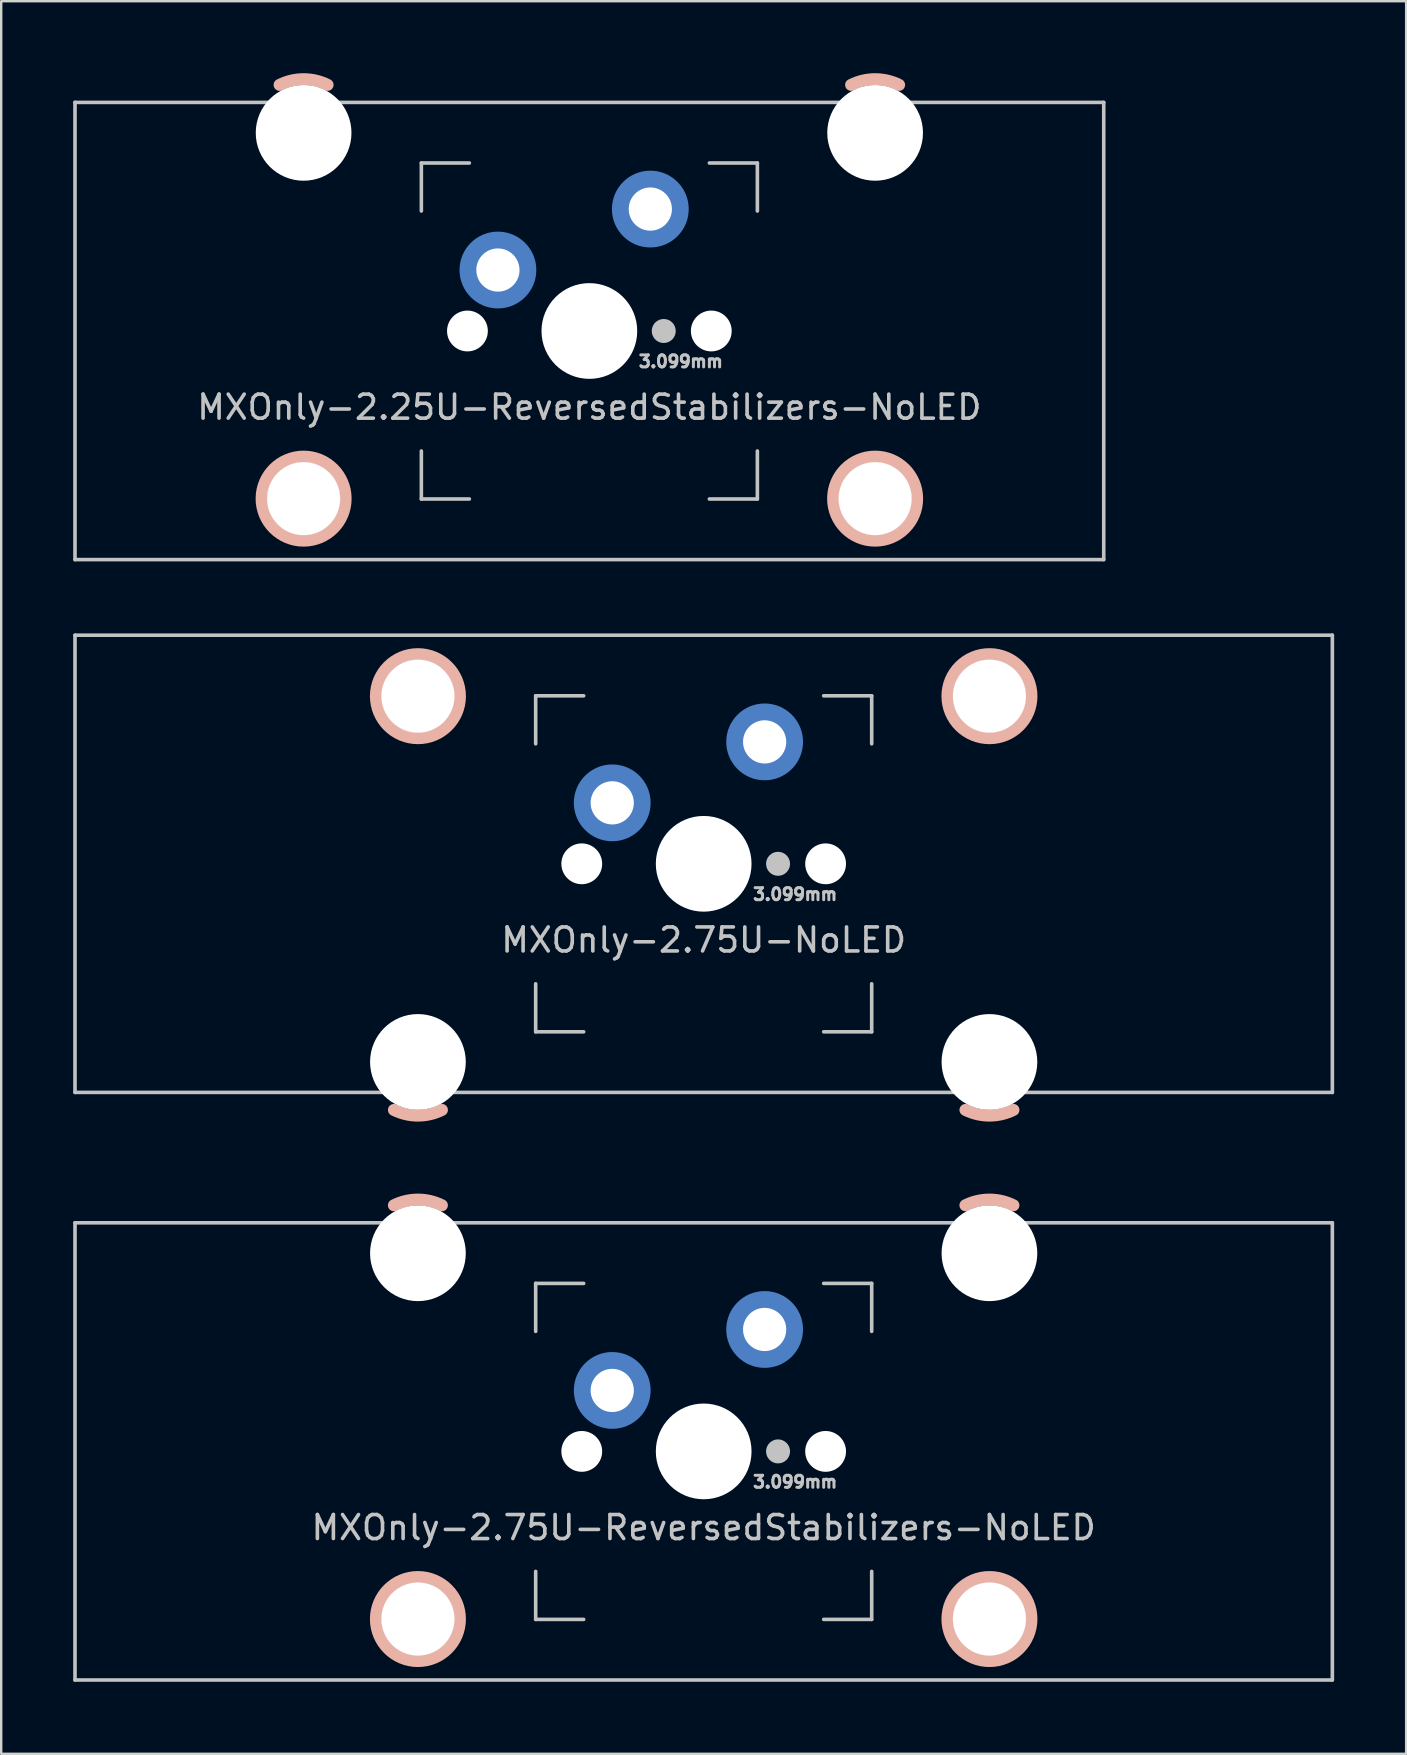
<source format=kicad_pcb>
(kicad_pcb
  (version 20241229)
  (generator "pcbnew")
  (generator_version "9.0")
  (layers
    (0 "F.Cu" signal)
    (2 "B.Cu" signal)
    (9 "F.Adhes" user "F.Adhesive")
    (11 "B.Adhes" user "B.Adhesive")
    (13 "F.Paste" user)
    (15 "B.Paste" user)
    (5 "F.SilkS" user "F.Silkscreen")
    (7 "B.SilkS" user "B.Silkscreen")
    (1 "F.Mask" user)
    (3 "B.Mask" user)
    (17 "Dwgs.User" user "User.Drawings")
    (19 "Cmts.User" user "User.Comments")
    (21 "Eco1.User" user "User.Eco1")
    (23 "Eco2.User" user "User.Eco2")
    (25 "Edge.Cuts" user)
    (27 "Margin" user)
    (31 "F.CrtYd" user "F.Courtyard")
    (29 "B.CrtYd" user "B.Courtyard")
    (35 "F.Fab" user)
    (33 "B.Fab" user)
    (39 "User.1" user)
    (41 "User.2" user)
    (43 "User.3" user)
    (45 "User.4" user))
  (footprint "MXOnly-2.25U-ReversedStabilizers-NoLED"
    (layer "F.Cu")
    (at 21.506 10.741)
    (property "Reference" "MXOnly-2.25U-ReversedStabilizers-NoLED" (at 0 3.175 0) (layer "Dwgs.User") (effects (font (size 1 1) (thickness 0.15))))
    (attr through_hole)
    (fp_arc (start -12.90625 -10.255) (mid -11.906837 -10.491068) (end -10.907301 -10.255525) (stroke (width 0.5) (type solid)) (layer "B.SilkS"))
    (fp_arc (start 10.90625 -10.255) (mid 11.905663 -10.491068) (end 12.905199 -10.255525) (stroke (width 0.5) (type solid)) (layer "B.SilkS"))
    (fp_circle (center -11.906 6.985) (end -13.656 6.985) (stroke (width 0.5) (type solid)) (fill no) (layer "B.SilkS"))
    (fp_circle (center 11.906 6.985) (end 10.156 6.985) (stroke (width 0.5) (type solid)) (fill no) (layer "B.SilkS"))
    (fp_line (start -21.431 -9.525) (end 21.431 -9.525) (stroke (width 0.15) (type solid)) (layer "Dwgs.User"))
    (fp_line (start -21.431 9.525) (end -21.431 -9.525) (stroke (width 0.15) (type solid)) (layer "Dwgs.User"))
    (fp_line (start -21.431 9.525) (end 21.431 9.525) (stroke (width 0.15) (type solid)) (layer "Dwgs.User"))
    (fp_line (start -7 -7) (end -7 -5) (stroke (width 0.15) (type solid)) (layer "Dwgs.User"))
    (fp_line (start -7 5) (end -7 7) (stroke (width 0.15) (type solid)) (layer "Dwgs.User"))
    (fp_line (start -7 7) (end -5 7) (stroke (width 0.15) (type solid)) (layer "Dwgs.User"))
    (fp_line (start -5 -7) (end -7 -7) (stroke (width 0.15) (type solid)) (layer "Dwgs.User"))
    (fp_line (start 5 -7) (end 7 -7) (stroke (width 0.15) (type solid)) (layer "Dwgs.User"))
    (fp_line (start 5 7) (end 7 7) (stroke (width 0.15) (type solid)) (layer "Dwgs.User"))
    (fp_line (start 7 -7) (end 7 -5) (stroke (width 0.15) (type solid)) (layer "Dwgs.User"))
    (fp_line (start 7 7) (end 7 5) (stroke (width 0.15) (type solid)) (layer "Dwgs.User"))
    (fp_line (start 21.431 -9.525) (end 21.431 9.525) (stroke (width 0.15) (type solid)) (layer "Dwgs.User"))
    (fp_text user "3.099mm" (at 3.81 1.27 0) (layer "Dwgs.User") (effects (font (size 0.5 0.5) (thickness 0.125))))
    (pad "" np_thru_hole circle (at -11.906 -8.255) (size 3.988 3.988) (drill 3.988) (layers "*.Cu" "*.Mask"))
    (pad "" np_thru_hole circle (at -11.906 6.985) (size 3.048 3.048) (drill 3.048) (layers "*.Cu" "*.Mask"))
    (pad "" np_thru_hole circle (at -5.08 0 48.099) (size 1.7 1.7) (drill 1.7) (layers "*.Cu" "*.Mask"))
    (pad "" smd circle (at -3.81 -2.54) (size 2.8 2.8) (layers "B.Mask"))
    (pad "" np_thru_hole circle (at 0 0) (size 3.988 3.988) (drill 3.988) (layers "*.Cu" "*.Mask"))
    (pad "" smd circle (at 2.54 -5.08) (size 2.8 2.8) (layers "B.Mask"))
    (pad "" smd circle (at 3.099 0) (size 1 1) (layers "Dwgs.User"))
    (pad "" np_thru_hole circle (at 5.08 0 48.099) (size 1.7 1.7) (drill 1.7) (layers "*.Cu" "*.Mask"))
    (pad "" np_thru_hole circle (at 11.906 -8.255) (size 3.988 3.988) (drill 3.988) (layers "*.Cu" "*.Mask"))
    (pad "" np_thru_hole circle (at 11.906 6.985) (size 3.048 3.048) (drill 3.048) (layers "*.Cu" "*.Mask"))
    (pad "1" thru_hole circle (at -3.81 -2.54) (size 2.4 2.4) (drill 1.8) (layers "*.Cu"))
    (pad "1" connect circle (at -3.81 -2.54) (size 3.2 3.2) (layers "B.Cu"))
    (pad "2" thru_hole circle (at 2.54 -5.08) (size 2.4 2.4) (drill 1.8) (layers "*.Cu"))
    (pad "2" connect circle (at 2.54 -5.08) (size 3.2 3.2) (layers "B.Cu")))
  (footprint "MXOnly-2.75U-ReversedStabilizers-NoLED"
    (layer "F.Cu")
    (at 26.269 57.423)
    (property "Reference" "MXOnly-2.75U-ReversedStabilizers-NoLED" (at 0 3.175 0) (layer "Dwgs.User") (effects (font (size 1 1) (thickness 0.15))))
    (attr through_hole)
    (fp_arc (start -12.90625 -10.255) (mid -11.906837 -10.491068) (end -10.907301 -10.255525) (stroke (width 0.5) (type solid)) (layer "B.SilkS"))
    (fp_arc (start 10.90625 -10.255) (mid 11.905663 -10.491068) (end 12.905199 -10.255525) (stroke (width 0.5) (type solid)) (layer "B.SilkS"))
    (fp_circle (center -11.906 6.985) (end -13.656 6.985) (stroke (width 0.5) (type solid)) (fill no) (layer "B.SilkS"))
    (fp_circle (center 11.906 6.985) (end 10.156 6.985) (stroke (width 0.5) (type solid)) (fill no) (layer "B.SilkS"))
    (fp_line (start -26.194 -9.525) (end 26.194 -9.525) (stroke (width 0.15) (type solid)) (layer "Dwgs.User"))
    (fp_line (start -26.194 9.525) (end -26.194 -9.525) (stroke (width 0.15) (type solid)) (layer "Dwgs.User"))
    (fp_line (start -26.194 9.525) (end 26.194 9.525) (stroke (width 0.15) (type solid)) (layer "Dwgs.User"))
    (fp_line (start -7 -7) (end -7 -5) (stroke (width 0.15) (type solid)) (layer "Dwgs.User"))
    (fp_line (start -7 5) (end -7 7) (stroke (width 0.15) (type solid)) (layer "Dwgs.User"))
    (fp_line (start -7 7) (end -5 7) (stroke (width 0.15) (type solid)) (layer "Dwgs.User"))
    (fp_line (start -5 -7) (end -7 -7) (stroke (width 0.15) (type solid)) (layer "Dwgs.User"))
    (fp_line (start 5 -7) (end 7 -7) (stroke (width 0.15) (type solid)) (layer "Dwgs.User"))
    (fp_line (start 5 7) (end 7 7) (stroke (width 0.15) (type solid)) (layer "Dwgs.User"))
    (fp_line (start 7 -7) (end 7 -5) (stroke (width 0.15) (type solid)) (layer "Dwgs.User"))
    (fp_line (start 7 7) (end 7 5) (stroke (width 0.15) (type solid)) (layer "Dwgs.User"))
    (fp_line (start 26.194 -9.525) (end 26.194 9.525) (stroke (width 0.15) (type solid)) (layer "Dwgs.User"))
    (fp_text user "3.099mm" (at 3.81 1.27 0) (layer "Dwgs.User") (effects (font (size 0.5 0.5) (thickness 0.125))))
    (pad "" np_thru_hole circle (at -11.906 -8.255) (size 3.988 3.988) (drill 3.988) (layers "*.Cu" "*.Mask"))
    (pad "" np_thru_hole circle (at -11.906 6.985) (size 3.048 3.048) (drill 3.048) (layers "*.Cu" "*.Mask"))
    (pad "" np_thru_hole circle (at -5.08 0 48.099) (size 1.7 1.7) (drill 1.7) (layers "*.Cu" "*.Mask"))
    (pad "" smd circle (at -3.81 -2.54) (size 2.8 2.8) (layers "B.Mask"))
    (pad "" np_thru_hole circle (at 0 0) (size 3.988 3.988) (drill 3.988) (layers "*.Cu" "*.Mask"))
    (pad "" smd circle (at 2.54 -5.08) (size 2.8 2.8) (layers "B.Mask"))
    (pad "" smd circle (at 3.099 0) (size 1 1) (layers "Dwgs.User"))
    (pad "" np_thru_hole circle (at 5.08 0 48.099) (size 1.7 1.7) (drill 1.7) (layers "*.Cu" "*.Mask"))
    (pad "" np_thru_hole circle (at 11.906 -8.255) (size 3.988 3.988) (drill 3.988) (layers "*.Cu" "*.Mask"))
    (pad "" np_thru_hole circle (at 11.906 6.985) (size 3.048 3.048) (drill 3.048) (layers "*.Cu" "*.Mask"))
    (pad "1" thru_hole circle (at -3.81 -2.54) (size 2.4 2.4) (drill 1.8) (layers "*.Cu"))
    (pad "1" connect circle (at -3.81 -2.54) (size 3.2 3.2) (layers "B.Cu"))
    (pad "2" thru_hole circle (at 2.54 -5.08) (size 2.4 2.4) (drill 1.8) (layers "*.Cu"))
    (pad "2" connect circle (at 2.54 -5.08) (size 3.2 3.2) (layers "B.Cu")))
  (footprint "MXOnly-2.75U-NoLED"
    (layer "F.Cu")
    (at 26.269 32.941)
    (property "Reference" "MXOnly-2.75U-NoLED" (at 0 3.175 0) (layer "Dwgs.User") (effects (font (size 1 1) (thickness 0.15))))
    (attr through_hole)
    (fp_arc (start -10.90625 10.255) (mid -11.905663 10.491068) (end -12.905199 10.255525) (stroke (width 0.5) (type solid)) (layer "B.SilkS"))
    (fp_arc (start 12.90625 10.255) (mid 11.906837 10.491068) (end 10.907301 10.255525) (stroke (width 0.5) (type solid)) (layer "B.SilkS"))
    (fp_circle (center -11.906 -6.985) (end -10.156 -6.985) (stroke (width 0.5) (type solid)) (fill no) (layer "B.SilkS"))
    (fp_circle (center 11.906 -6.985) (end 13.656 -6.985) (stroke (width 0.5) (type solid)) (fill no) (layer "B.SilkS"))
    (fp_line (start -26.194 -9.525) (end 26.194 -9.525) (stroke (width 0.15) (type solid)) (layer "Dwgs.User"))
    (fp_line (start -26.194 9.525) (end -26.194 -9.525) (stroke (width 0.15) (type solid)) (layer "Dwgs.User"))
    (fp_line (start -26.194 9.525) (end 26.194 9.525) (stroke (width 0.15) (type solid)) (layer "Dwgs.User"))
    (fp_line (start -7 -7) (end -7 -5) (stroke (width 0.15) (type solid)) (layer "Dwgs.User"))
    (fp_line (start -7 5) (end -7 7) (stroke (width 0.15) (type solid)) (layer "Dwgs.User"))
    (fp_line (start -7 7) (end -5 7) (stroke (width 0.15) (type solid)) (layer "Dwgs.User"))
    (fp_line (start -5 -7) (end -7 -7) (stroke (width 0.15) (type solid)) (layer "Dwgs.User"))
    (fp_line (start 5 -7) (end 7 -7) (stroke (width 0.15) (type solid)) (layer "Dwgs.User"))
    (fp_line (start 5 7) (end 7 7) (stroke (width 0.15) (type solid)) (layer "Dwgs.User"))
    (fp_line (start 7 -7) (end 7 -5) (stroke (width 0.15) (type solid)) (layer "Dwgs.User"))
    (fp_line (start 7 7) (end 7 5) (stroke (width 0.15) (type solid)) (layer "Dwgs.User"))
    (fp_line (start 26.194 -9.525) (end 26.194 9.525) (stroke (width 0.15) (type solid)) (layer "Dwgs.User"))
    (fp_text user "3.099mm" (at 3.81 1.27 0) (layer "Dwgs.User") (effects (font (size 0.5 0.5) (thickness 0.125))))
    (pad "" np_thru_hole circle (at -11.906 -6.985) (size 3.048 3.048) (drill 3.048) (layers "*.Cu" "*.Mask"))
    (pad "" np_thru_hole circle (at -11.906 8.255) (size 3.988 3.988) (drill 3.988) (layers "*.Cu" "*.Mask"))
    (pad "" np_thru_hole circle (at -5.08 0 48.099) (size 1.7 1.7) (drill 1.7) (layers "*.Cu" "*.Mask"))
    (pad "" smd circle (at -3.81 -2.54) (size 2.8 2.8) (layers "B.Mask"))
    (pad "" np_thru_hole circle (at 0 0) (size 3.988 3.988) (drill 3.988) (layers "*.Cu" "*.Mask"))
    (pad "" smd circle (at 2.54 -5.08) (size 2.8 2.8) (layers "B.Mask"))
    (pad "" smd circle (at 3.099 0) (size 1 1) (layers "Dwgs.User"))
    (pad "" np_thru_hole circle (at 5.08 0 48.099) (size 1.7 1.7) (drill 1.7) (layers "*.Cu" "*.Mask"))
    (pad "" np_thru_hole circle (at 11.906 -6.985) (size 3.048 3.048) (drill 3.048) (layers "*.Cu" "*.Mask"))
    (pad "" np_thru_hole circle (at 11.906 8.255) (size 3.988 3.988) (drill 3.988) (layers "*.Cu" "*.Mask"))
    (pad "1" thru_hole circle (at -3.81 -2.54) (size 2.4 2.4) (drill 1.8) (layers "*.Cu"))
    (pad "1" connect circle (at -3.81 -2.54) (size 3.2 3.2) (layers "B.Cu"))
    (pad "2" thru_hole circle (at 2.54 -5.08) (size 2.4 2.4) (drill 1.8) (layers "*.Cu"))
    (pad "2" connect circle (at 2.54 -5.08) (size 3.2 3.2) (layers "B.Cu")))
  (gr_rect
    (start -3 -3)
    (end 55.538 70.023)
    (stroke (width 0.1) (type default))
    (fill no)
    (layer "Edge.Cuts")))
</source>
